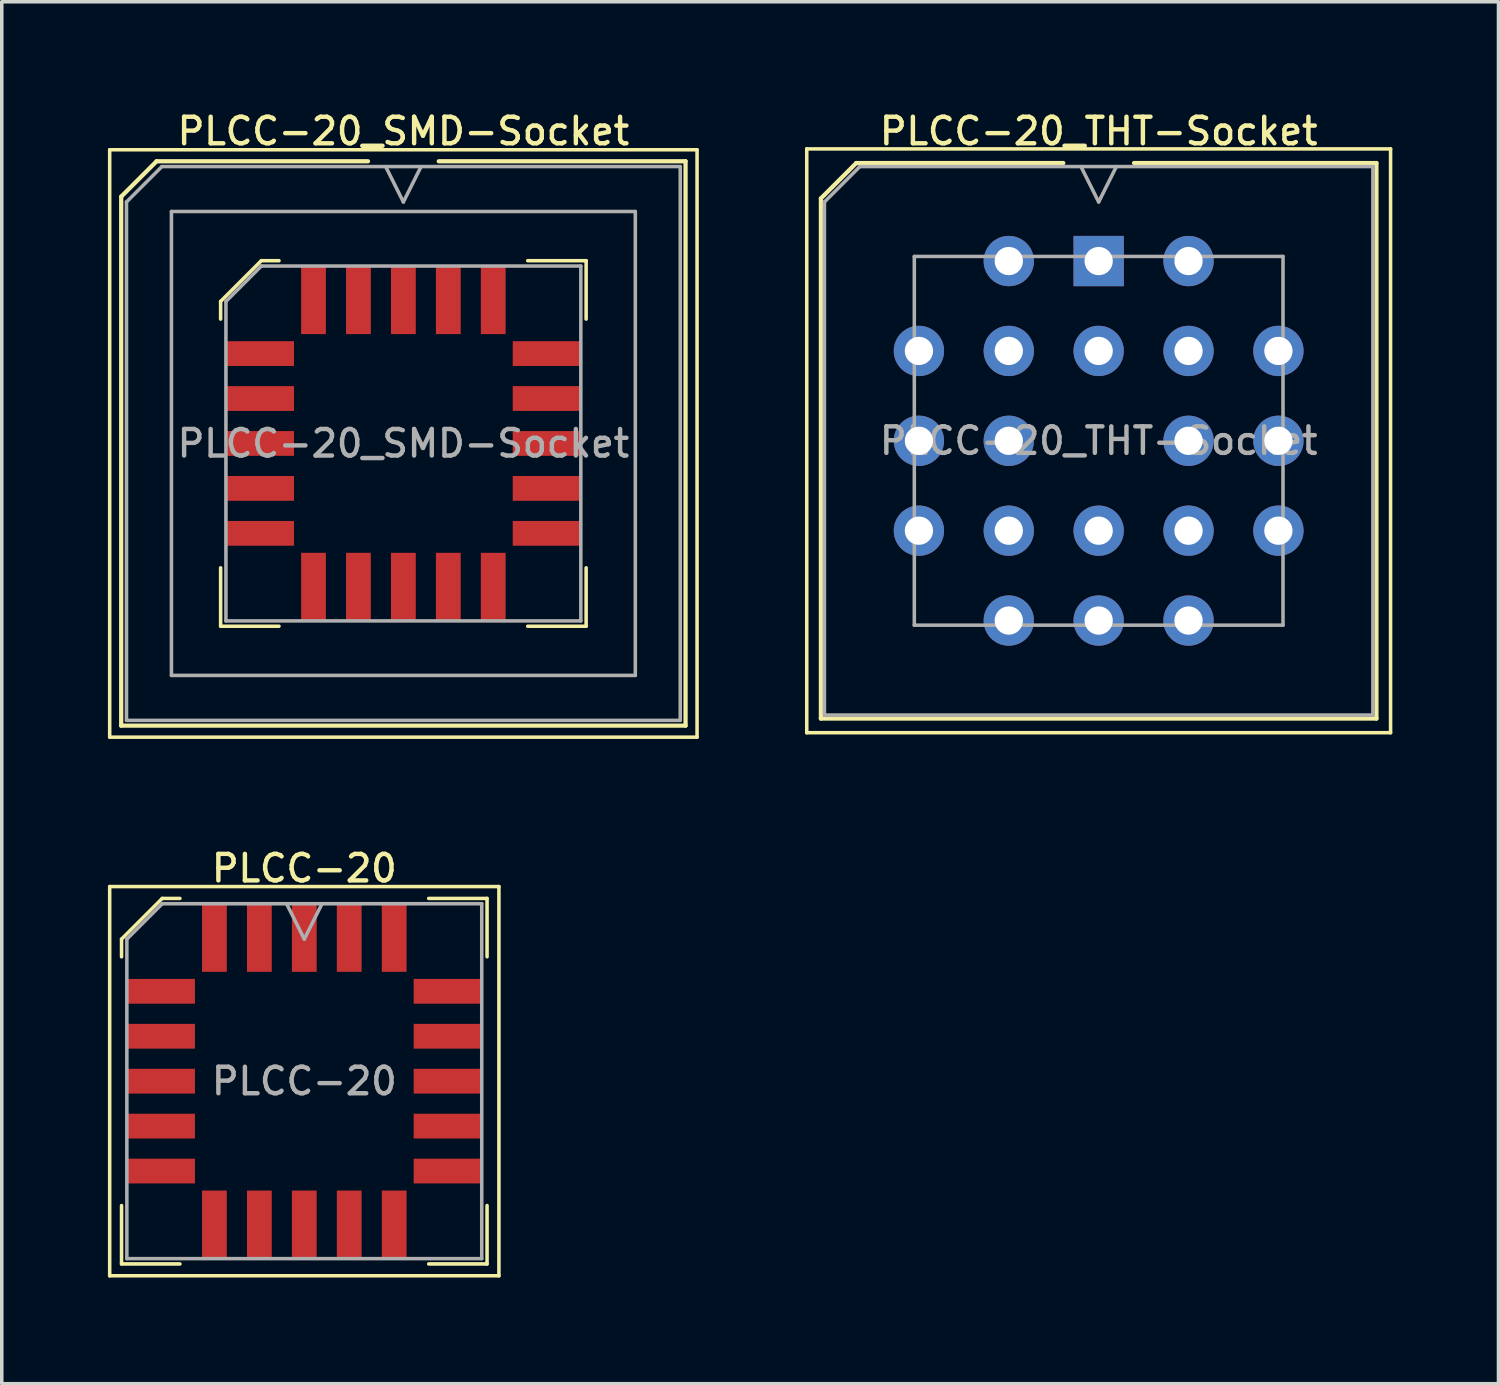
<source format=kicad_pcb>
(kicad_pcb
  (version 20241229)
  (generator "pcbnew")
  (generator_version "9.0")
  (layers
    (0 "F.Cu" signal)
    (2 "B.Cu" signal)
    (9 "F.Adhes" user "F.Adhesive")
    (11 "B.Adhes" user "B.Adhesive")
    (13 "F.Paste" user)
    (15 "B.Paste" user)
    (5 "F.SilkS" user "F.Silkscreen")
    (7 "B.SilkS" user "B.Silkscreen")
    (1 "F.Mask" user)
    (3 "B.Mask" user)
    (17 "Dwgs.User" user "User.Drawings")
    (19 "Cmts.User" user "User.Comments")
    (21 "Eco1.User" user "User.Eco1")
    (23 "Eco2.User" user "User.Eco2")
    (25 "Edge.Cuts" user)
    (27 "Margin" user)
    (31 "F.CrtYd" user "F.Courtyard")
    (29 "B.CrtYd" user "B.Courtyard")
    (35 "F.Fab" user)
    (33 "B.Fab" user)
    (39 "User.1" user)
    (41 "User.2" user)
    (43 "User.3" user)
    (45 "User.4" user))
  (footprint "PLCC-20"
    (layer "F.Cu")
    (at 5.55 27.506)
    (property "Reference" "PLCC-20" (at 0 -6.015 0) (layer "F.SilkS") (effects (font (size 0.75 0.75) (thickness 0.125))))
    (attr smd)
    (fp_line (start -5.5 -5.5) (end -5.5 5.5) (stroke (width 0.1) (type solid)) (layer "F.SilkS"))
    (fp_line (start -5.5 5.5) (end 5.5 5.5) (stroke (width 0.1) (type solid)) (layer "F.SilkS"))
    (fp_line (start -5.165 -4.015) (end -5.165 -3.515) (stroke (width 0.1) (type solid)) (layer "F.SilkS"))
    (fp_line (start -5.165 5.165) (end -5.165 3.515) (stroke (width 0.1) (type solid)) (layer "F.SilkS"))
    (fp_line (start -4.015 -5.165) (end -5.165 -4.015) (stroke (width 0.1) (type solid)) (layer "F.SilkS"))
    (fp_line (start -3.515 -5.165) (end -4.015 -5.165) (stroke (width 0.1) (type solid)) (layer "F.SilkS"))
    (fp_line (start -3.515 5.165) (end -5.165 5.165) (stroke (width 0.1) (type solid)) (layer "F.SilkS"))
    (fp_line (start 3.515 -5.165) (end 5.165 -5.165) (stroke (width 0.1) (type solid)) (layer "F.SilkS"))
    (fp_line (start 3.515 5.165) (end 5.165 5.165) (stroke (width 0.1) (type solid)) (layer "F.SilkS"))
    (fp_line (start 5.165 -5.165) (end 5.165 -3.515) (stroke (width 0.1) (type solid)) (layer "F.SilkS"))
    (fp_line (start 5.165 5.165) (end 5.165 3.515) (stroke (width 0.1) (type solid)) (layer "F.SilkS"))
    (fp_line (start 5.5 -5.5) (end -5.5 -5.5) (stroke (width 0.1) (type solid)) (layer "F.SilkS"))
    (fp_line (start 5.5 5.5) (end 5.5 -5.5) (stroke (width 0.1) (type solid)) (layer "F.SilkS"))
    (fp_line (start -5.015 -4.015) (end -5.015 5.015) (stroke (width 0.1) (type solid)) (layer "F.Fab"))
    (fp_line (start -5.015 5.015) (end 5.015 5.015) (stroke (width 0.1) (type solid)) (layer "F.Fab"))
    (fp_line (start -4.015 -5.015) (end -5.015 -4.015) (stroke (width 0.1) (type solid)) (layer "F.Fab"))
    (fp_line (start -0.5 -5.015) (end 0 -4.015) (stroke (width 0.1) (type solid)) (layer "F.Fab"))
    (fp_line (start 0 -4.015) (end 0.5 -5.015) (stroke (width 0.1) (type solid)) (layer "F.Fab"))
    (fp_line (start 5.015 -5.015) (end -4.015 -5.015) (stroke (width 0.1) (type solid)) (layer "F.Fab"))
    (fp_line (start 5.015 5.015) (end 5.015 -5.015) (stroke (width 0.1) (type solid)) (layer "F.Fab"))
    (fp_text user "${REFERENCE}" (at 0 0 0) (layer "F.Fab") (effects (font (size 0.75 0.75) (thickness 0.125))))
    (pad "1" smd rect (at 0 -4.053) (size 0.7 1.925) (layers "F.Cu" "F.Mask" "F.Paste"))
    (pad "2" smd rect (at -1.27 -4.053) (size 0.7 1.925) (layers "F.Cu" "F.Mask" "F.Paste"))
    (pad "3" smd rect (at -2.54 -4.053) (size 0.7 1.925) (layers "F.Cu" "F.Mask" "F.Paste"))
    (pad "4" smd rect (at -4.053 -2.54) (size 1.925 0.7) (layers "F.Cu" "F.Mask" "F.Paste"))
    (pad "5" smd rect (at -4.053 -1.27) (size 1.925 0.7) (layers "F.Cu" "F.Mask" "F.Paste"))
    (pad "6" smd rect (at -4.053 0) (size 1.925 0.7) (layers "F.Cu" "F.Mask" "F.Paste"))
    (pad "7" smd rect (at -4.053 1.27) (size 1.925 0.7) (layers "F.Cu" "F.Mask" "F.Paste"))
    (pad "8" smd rect (at -4.053 2.54) (size 1.925 0.7) (layers "F.Cu" "F.Mask" "F.Paste"))
    (pad "9" smd rect (at -2.54 4.053) (size 0.7 1.925) (layers "F.Cu" "F.Mask" "F.Paste"))
    (pad "10" smd rect (at -1.27 4.053) (size 0.7 1.925) (layers "F.Cu" "F.Mask" "F.Paste"))
    (pad "11" smd rect (at 0 4.053) (size 0.7 1.925) (layers "F.Cu" "F.Mask" "F.Paste"))
    (pad "12" smd rect (at 1.27 4.053) (size 0.7 1.925) (layers "F.Cu" "F.Mask" "F.Paste"))
    (pad "13" smd rect (at 2.54 4.053) (size 0.7 1.925) (layers "F.Cu" "F.Mask" "F.Paste"))
    (pad "14" smd rect (at 4.053 2.54) (size 1.925 0.7) (layers "F.Cu" "F.Mask" "F.Paste"))
    (pad "15" smd rect (at 4.053 1.27) (size 1.925 0.7) (layers "F.Cu" "F.Mask" "F.Paste"))
    (pad "16" smd rect (at 4.053 0) (size 1.925 0.7) (layers "F.Cu" "F.Mask" "F.Paste"))
    (pad "17" smd rect (at 4.053 -1.27) (size 1.925 0.7) (layers "F.Cu" "F.Mask" "F.Paste"))
    (pad "18" smd rect (at 4.053 -2.54) (size 1.925 0.7) (layers "F.Cu" "F.Mask" "F.Paste"))
    (pad "19" smd rect (at 2.54 -4.053) (size 0.7 1.925) (layers "F.Cu" "F.Mask" "F.Paste"))
    (pad "20" smd rect (at 1.27 -4.053) (size 0.7 1.925) (layers "F.Cu" "F.Mask" "F.Paste")))
  (footprint "PLCC-20_THT-Socket"
    (layer "F.Cu")
    (at 28 4.328)
    (property "Reference" "PLCC-20_THT-Socket" (at 0 -3.67 0) (layer "F.SilkS") (effects (font (size 0.75 0.75) (thickness 0.125))))
    (attr through_hole)
    (fp_line (start -8.25 -3.17) (end -8.25 13.33) (stroke (width 0.1) (type solid)) (layer "F.SilkS"))
    (fp_line (start -8.25 13.33) (end 8.25 13.33) (stroke (width 0.1) (type solid)) (layer "F.SilkS"))
    (fp_line (start -7.85 -1.77) (end -7.85 12.93) (stroke (width 0.12) (type solid)) (layer "F.SilkS"))
    (fp_line (start -7.85 12.93) (end 7.85 12.93) (stroke (width 0.12) (type solid)) (layer "F.SilkS"))
    (fp_line (start -6.85 -2.77) (end -7.85 -1.77) (stroke (width 0.12) (type solid)) (layer "F.SilkS"))
    (fp_line (start -1 -2.77) (end -6.85 -2.77) (stroke (width 0.12) (type solid)) (layer "F.SilkS"))
    (fp_line (start 7.85 -2.77) (end 1 -2.77) (stroke (width 0.12) (type solid)) (layer "F.SilkS"))
    (fp_line (start 7.85 12.93) (end 7.85 -2.77) (stroke (width 0.12) (type solid)) (layer "F.SilkS"))
    (fp_line (start 8.25 -3.17) (end -8.25 -3.17) (stroke (width 0.1) (type solid)) (layer "F.SilkS"))
    (fp_line (start 8.25 13.33) (end 8.25 -3.17) (stroke (width 0.1) (type solid)) (layer "F.SilkS"))
    (fp_line (start -7.75 -1.67) (end -7.75 12.83) (stroke (width 0.1) (type solid)) (layer "F.Fab"))
    (fp_line (start -7.75 12.83) (end 7.75 12.83) (stroke (width 0.1) (type solid)) (layer "F.Fab"))
    (fp_line (start -6.75 -2.67) (end -7.75 -1.67) (stroke (width 0.1) (type solid)) (layer "F.Fab"))
    (fp_line (start -5.21 -0.13) (end -5.21 10.29) (stroke (width 0.1) (type solid)) (layer "F.Fab"))
    (fp_line (start -5.21 10.29) (end 5.21 10.29) (stroke (width 0.1) (type solid)) (layer "F.Fab"))
    (fp_line (start -0.5 -2.67) (end 0 -1.67) (stroke (width 0.1) (type solid)) (layer "F.Fab"))
    (fp_line (start 0 -1.67) (end 0.5 -2.67) (stroke (width 0.1) (type solid)) (layer "F.Fab"))
    (fp_line (start 5.21 -0.13) (end -5.21 -0.13) (stroke (width 0.1) (type solid)) (layer "F.Fab"))
    (fp_line (start 5.21 10.29) (end 5.21 -0.13) (stroke (width 0.1) (type solid)) (layer "F.Fab"))
    (fp_line (start 7.75 -2.67) (end -6.75 -2.67) (stroke (width 0.1) (type solid)) (layer "F.Fab"))
    (fp_line (start 7.75 12.83) (end 7.75 -2.67) (stroke (width 0.1) (type solid)) (layer "F.Fab"))
    (fp_text user "${REFERENCE}" (at 0 5.08 0) (layer "F.Fab") (effects (font (size 0.75 0.75) (thickness 0.125))))
    (pad "1" thru_hole rect (at 0 0) (size 1.422 1.422) (drill 0.8) (layers "*.Cu" "*.Mask"))
    (pad "2" thru_hole circle (at 0 2.54) (size 1.422 1.422) (drill 0.8) (layers "*.Cu" "*.Mask"))
    (pad "3" thru_hole circle (at -2.54 0) (size 1.422 1.422) (drill 0.8) (layers "*.Cu" "*.Mask"))
    (pad "4" thru_hole circle (at -5.08 2.54) (size 1.422 1.422) (drill 0.8) (layers "*.Cu" "*.Mask"))
    (pad "5" thru_hole circle (at -2.54 2.54) (size 1.422 1.422) (drill 0.8) (layers "*.Cu" "*.Mask"))
    (pad "6" thru_hole circle (at -5.08 5.08) (size 1.422 1.422) (drill 0.8) (layers "*.Cu" "*.Mask"))
    (pad "7" thru_hole circle (at -2.54 5.08) (size 1.422 1.422) (drill 0.8) (layers "*.Cu" "*.Mask"))
    (pad "8" thru_hole circle (at -5.08 7.62) (size 1.422 1.422) (drill 0.8) (layers "*.Cu" "*.Mask"))
    (pad "9" thru_hole circle (at -2.54 10.16) (size 1.422 1.422) (drill 0.8) (layers "*.Cu" "*.Mask"))
    (pad "10" thru_hole circle (at -2.54 7.62) (size 1.422 1.422) (drill 0.8) (layers "*.Cu" "*.Mask"))
    (pad "11" thru_hole circle (at 0 10.16) (size 1.422 1.422) (drill 0.8) (layers "*.Cu" "*.Mask"))
    (pad "12" thru_hole circle (at 0 7.62) (size 1.422 1.422) (drill 0.8) (layers "*.Cu" "*.Mask"))
    (pad "13" thru_hole circle (at 2.54 10.16) (size 1.422 1.422) (drill 0.8) (layers "*.Cu" "*.Mask"))
    (pad "14" thru_hole circle (at 5.08 7.62) (size 1.422 1.422) (drill 0.8) (layers "*.Cu" "*.Mask"))
    (pad "15" thru_hole circle (at 2.54 7.62) (size 1.422 1.422) (drill 0.8) (layers "*.Cu" "*.Mask"))
    (pad "16" thru_hole circle (at 5.08 5.08) (size 1.422 1.422) (drill 0.8) (layers "*.Cu" "*.Mask"))
    (pad "17" thru_hole circle (at 2.54 5.08) (size 1.422 1.422) (drill 0.8) (layers "*.Cu" "*.Mask"))
    (pad "18" thru_hole circle (at 5.08 2.54) (size 1.422 1.422) (drill 0.8) (layers "*.Cu" "*.Mask"))
    (pad "19" thru_hole circle (at 2.54 0) (size 1.422 1.422) (drill 0.8) (layers "*.Cu" "*.Mask"))
    (pad "20" thru_hole circle (at 2.54 2.54) (size 1.422 1.422) (drill 0.8) (layers "*.Cu" "*.Mask")))
  (footprint "PLCC-20_SMD-Socket"
    (layer "F.Cu")
    (at 8.35 9.483)
    (property "Reference" "PLCC-20_SMD-Socket" (at 0 -8.825 0) (layer "F.SilkS") (effects (font (size 0.75 0.75) (thickness 0.125))))
    (attr smd)
    (fp_line (start -8.3 -8.3) (end -8.3 8.3) (stroke (width 0.1) (type solid)) (layer "F.SilkS"))
    (fp_line (start -8.3 8.3) (end 8.3 8.3) (stroke (width 0.1) (type solid)) (layer "F.SilkS"))
    (fp_line (start -7.975 -6.975) (end -7.975 7.975) (stroke (width 0.12) (type solid)) (layer "F.SilkS"))
    (fp_line (start -7.975 7.975) (end 7.975 7.975) (stroke (width 0.12) (type solid)) (layer "F.SilkS"))
    (fp_line (start -6.975 -7.975) (end -7.975 -6.975) (stroke (width 0.12) (type solid)) (layer "F.SilkS"))
    (fp_line (start -5.165 -4.015) (end -5.165 -3.515) (stroke (width 0.1) (type solid)) (layer "F.SilkS"))
    (fp_line (start -5.165 5.165) (end -5.165 3.515) (stroke (width 0.1) (type solid)) (layer "F.SilkS"))
    (fp_line (start -4.015 -5.165) (end -5.165 -4.015) (stroke (width 0.1) (type solid)) (layer "F.SilkS"))
    (fp_line (start -3.515 -5.165) (end -4.015 -5.165) (stroke (width 0.1) (type solid)) (layer "F.SilkS"))
    (fp_line (start -3.515 5.165) (end -5.165 5.165) (stroke (width 0.1) (type solid)) (layer "F.SilkS"))
    (fp_line (start -1 -7.975) (end -6.975 -7.975) (stroke (width 0.12) (type solid)) (layer "F.SilkS"))
    (fp_line (start 3.515 -5.165) (end 5.165 -5.165) (stroke (width 0.1) (type solid)) (layer "F.SilkS"))
    (fp_line (start 3.515 5.165) (end 5.165 5.165) (stroke (width 0.1) (type solid)) (layer "F.SilkS"))
    (fp_line (start 5.165 -5.165) (end 5.165 -3.515) (stroke (width 0.1) (type solid)) (layer "F.SilkS"))
    (fp_line (start 5.165 5.165) (end 5.165 3.515) (stroke (width 0.1) (type solid)) (layer "F.SilkS"))
    (fp_line (start 7.975 -7.975) (end 1 -7.975) (stroke (width 0.12) (type solid)) (layer "F.SilkS"))
    (fp_line (start 7.975 7.975) (end 7.975 -7.975) (stroke (width 0.12) (type solid)) (layer "F.SilkS"))
    (fp_line (start 8.3 -8.3) (end -8.3 -8.3) (stroke (width 0.1) (type solid)) (layer "F.SilkS"))
    (fp_line (start 8.3 8.3) (end 8.3 -8.3) (stroke (width 0.1) (type solid)) (layer "F.SilkS"))
    (fp_line (start -7.825 -6.825) (end -7.825 7.825) (stroke (width 0.1) (type solid)) (layer "F.Fab"))
    (fp_line (start -7.825 7.825) (end 7.825 7.825) (stroke (width 0.1) (type solid)) (layer "F.Fab"))
    (fp_line (start -6.825 -7.825) (end -7.825 -6.825) (stroke (width 0.1) (type solid)) (layer "F.Fab"))
    (fp_line (start -6.555 -6.555) (end -6.555 6.555) (stroke (width 0.1) (type solid)) (layer "F.Fab"))
    (fp_line (start -6.555 6.555) (end 6.555 6.555) (stroke (width 0.1) (type solid)) (layer "F.Fab"))
    (fp_line (start -5.015 -4.015) (end -5.015 5.015) (stroke (width 0.1) (type solid)) (layer "F.Fab"))
    (fp_line (start -5.015 5.015) (end 5.015 5.015) (stroke (width 0.1) (type solid)) (layer "F.Fab"))
    (fp_line (start -4.015 -5.015) (end -5.015 -4.015) (stroke (width 0.1) (type solid)) (layer "F.Fab"))
    (fp_line (start -0.5 -7.825) (end 0 -6.825) (stroke (width 0.1) (type solid)) (layer "F.Fab"))
    (fp_line (start 0 -6.825) (end 0.5 -7.825) (stroke (width 0.1) (type solid)) (layer "F.Fab"))
    (fp_line (start 5.015 -5.015) (end -4.015 -5.015) (stroke (width 0.1) (type solid)) (layer "F.Fab"))
    (fp_line (start 5.015 5.015) (end 5.015 -5.015) (stroke (width 0.1) (type solid)) (layer "F.Fab"))
    (fp_line (start 6.555 -6.555) (end -6.555 -6.555) (stroke (width 0.1) (type solid)) (layer "F.Fab"))
    (fp_line (start 6.555 6.555) (end 6.555 -6.555) (stroke (width 0.1) (type solid)) (layer "F.Fab"))
    (fp_line (start 7.825 -7.825) (end -6.825 -7.825) (stroke (width 0.1) (type solid)) (layer "F.Fab"))
    (fp_line (start 7.825 7.825) (end 7.825 -7.825) (stroke (width 0.1) (type solid)) (layer "F.Fab"))
    (fp_text user "${REFERENCE}" (at 0 0 0) (layer "F.Fab") (effects (font (size 0.75 0.75) (thickness 0.125))))
    (pad "1" smd rect (at 0 -4.053) (size 0.7 1.925) (layers "F.Cu" "F.Mask" "F.Paste"))
    (pad "2" smd rect (at -1.27 -4.053) (size 0.7 1.925) (layers "F.Cu" "F.Mask" "F.Paste"))
    (pad "3" smd rect (at -2.54 -4.053) (size 0.7 1.925) (layers "F.Cu" "F.Mask" "F.Paste"))
    (pad "4" smd rect (at -4.053 -2.54) (size 1.925 0.7) (layers "F.Cu" "F.Mask" "F.Paste"))
    (pad "5" smd rect (at -4.053 -1.27) (size 1.925 0.7) (layers "F.Cu" "F.Mask" "F.Paste"))
    (pad "6" smd rect (at -4.053 0) (size 1.925 0.7) (layers "F.Cu" "F.Mask" "F.Paste"))
    (pad "7" smd rect (at -4.053 1.27) (size 1.925 0.7) (layers "F.Cu" "F.Mask" "F.Paste"))
    (pad "8" smd rect (at -4.053 2.54) (size 1.925 0.7) (layers "F.Cu" "F.Mask" "F.Paste"))
    (pad "9" smd rect (at -2.54 4.053) (size 0.7 1.925) (layers "F.Cu" "F.Mask" "F.Paste"))
    (pad "10" smd rect (at -1.27 4.053) (size 0.7 1.925) (layers "F.Cu" "F.Mask" "F.Paste"))
    (pad "11" smd rect (at 0 4.053) (size 0.7 1.925) (layers "F.Cu" "F.Mask" "F.Paste"))
    (pad "12" smd rect (at 1.27 4.053) (size 0.7 1.925) (layers "F.Cu" "F.Mask" "F.Paste"))
    (pad "13" smd rect (at 2.54 4.053) (size 0.7 1.925) (layers "F.Cu" "F.Mask" "F.Paste"))
    (pad "14" smd rect (at 4.053 2.54) (size 1.925 0.7) (layers "F.Cu" "F.Mask" "F.Paste"))
    (pad "15" smd rect (at 4.053 1.27) (size 1.925 0.7) (layers "F.Cu" "F.Mask" "F.Paste"))
    (pad "16" smd rect (at 4.053 0) (size 1.925 0.7) (layers "F.Cu" "F.Mask" "F.Paste"))
    (pad "17" smd rect (at 4.053 -1.27) (size 1.925 0.7) (layers "F.Cu" "F.Mask" "F.Paste"))
    (pad "18" smd rect (at 4.053 -2.54) (size 1.925 0.7) (layers "F.Cu" "F.Mask" "F.Paste"))
    (pad "19" smd rect (at 2.54 -4.053) (size 0.7 1.925) (layers "F.Cu" "F.Mask" "F.Paste"))
    (pad "20" smd rect (at 1.27 -4.053) (size 0.7 1.925) (layers "F.Cu" "F.Mask" "F.Paste")))
  (gr_rect
    (start -3 -3)
    (end 39.3 36.056)
    (stroke (width 0.1) (type default))
    (fill no)
    (layer "Edge.Cuts")))
</source>
